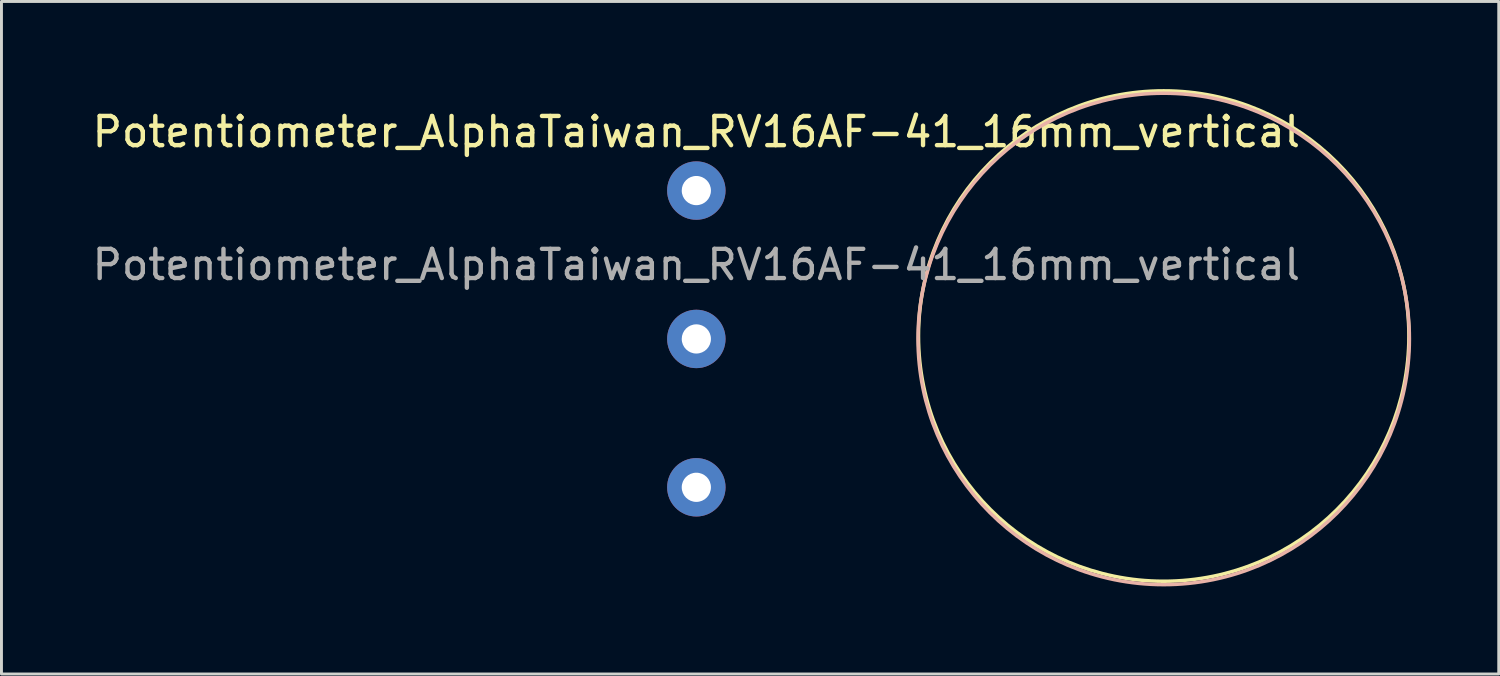
<source format=kicad_pcb>
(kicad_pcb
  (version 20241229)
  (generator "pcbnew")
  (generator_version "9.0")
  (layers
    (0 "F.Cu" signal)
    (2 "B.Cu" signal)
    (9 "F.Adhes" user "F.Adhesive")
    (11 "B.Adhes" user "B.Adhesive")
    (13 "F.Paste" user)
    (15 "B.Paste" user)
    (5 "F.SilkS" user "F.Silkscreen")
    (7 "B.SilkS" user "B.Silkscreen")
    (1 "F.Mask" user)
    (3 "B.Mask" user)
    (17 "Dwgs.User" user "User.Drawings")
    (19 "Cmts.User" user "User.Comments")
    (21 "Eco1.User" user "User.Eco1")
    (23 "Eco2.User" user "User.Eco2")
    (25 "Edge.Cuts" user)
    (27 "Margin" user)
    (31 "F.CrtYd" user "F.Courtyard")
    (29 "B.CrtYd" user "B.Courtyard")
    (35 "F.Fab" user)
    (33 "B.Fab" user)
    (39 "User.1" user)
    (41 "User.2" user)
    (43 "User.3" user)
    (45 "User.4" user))
  (footprint "Potentiometer_AlphaTaiwan_RV16AF-41_16mm_vertical"
    (layer "F.Cu")
    (at 20.792 3.475)
    (property "Reference" "Potentiometer_AlphaTaiwan_RV16AF-41_16mm_vertical" (at 0 -2.01 0) (layer "F.SilkS") (effects (font (size 1 1) (thickness 0.15))))
    (attr through_hole)
    (fp_circle (center 16.002 4.981) (end 19.304 12.7) (stroke (width 0.12) (type solid)) (fill no) (layer "F.SilkS"))
    (fp_circle (center 16.002 5.08) (end 23.368 1.016) (stroke (width 0.12) (type solid)) (fill no) (layer "B.SilkS"))
    (fp_text user "${REFERENCE}" (at 0 2.54 0) (layer "F.Fab") (effects (font (size 1 1) (thickness 0.15))))
    (pad "1" thru_hole circle (at 0 0) (size 2 2) (drill 1) (layers "*.Cu" "*.Mask"))
    (pad "2" thru_hole circle (at 0 5.08) (size 2 2) (drill 1) (layers "*.Cu" "*.Mask"))
    (pad "3" thru_hole circle (at 0 10.16) (size 2 2) (drill 1) (layers "*.Cu" "*.Mask")))
  (gr_rect
    (start -3 -3)
    (end 48.266 20.028)
    (stroke (width 0.1) (type default))
    (fill no)
    (layer "Edge.Cuts")))
</source>
